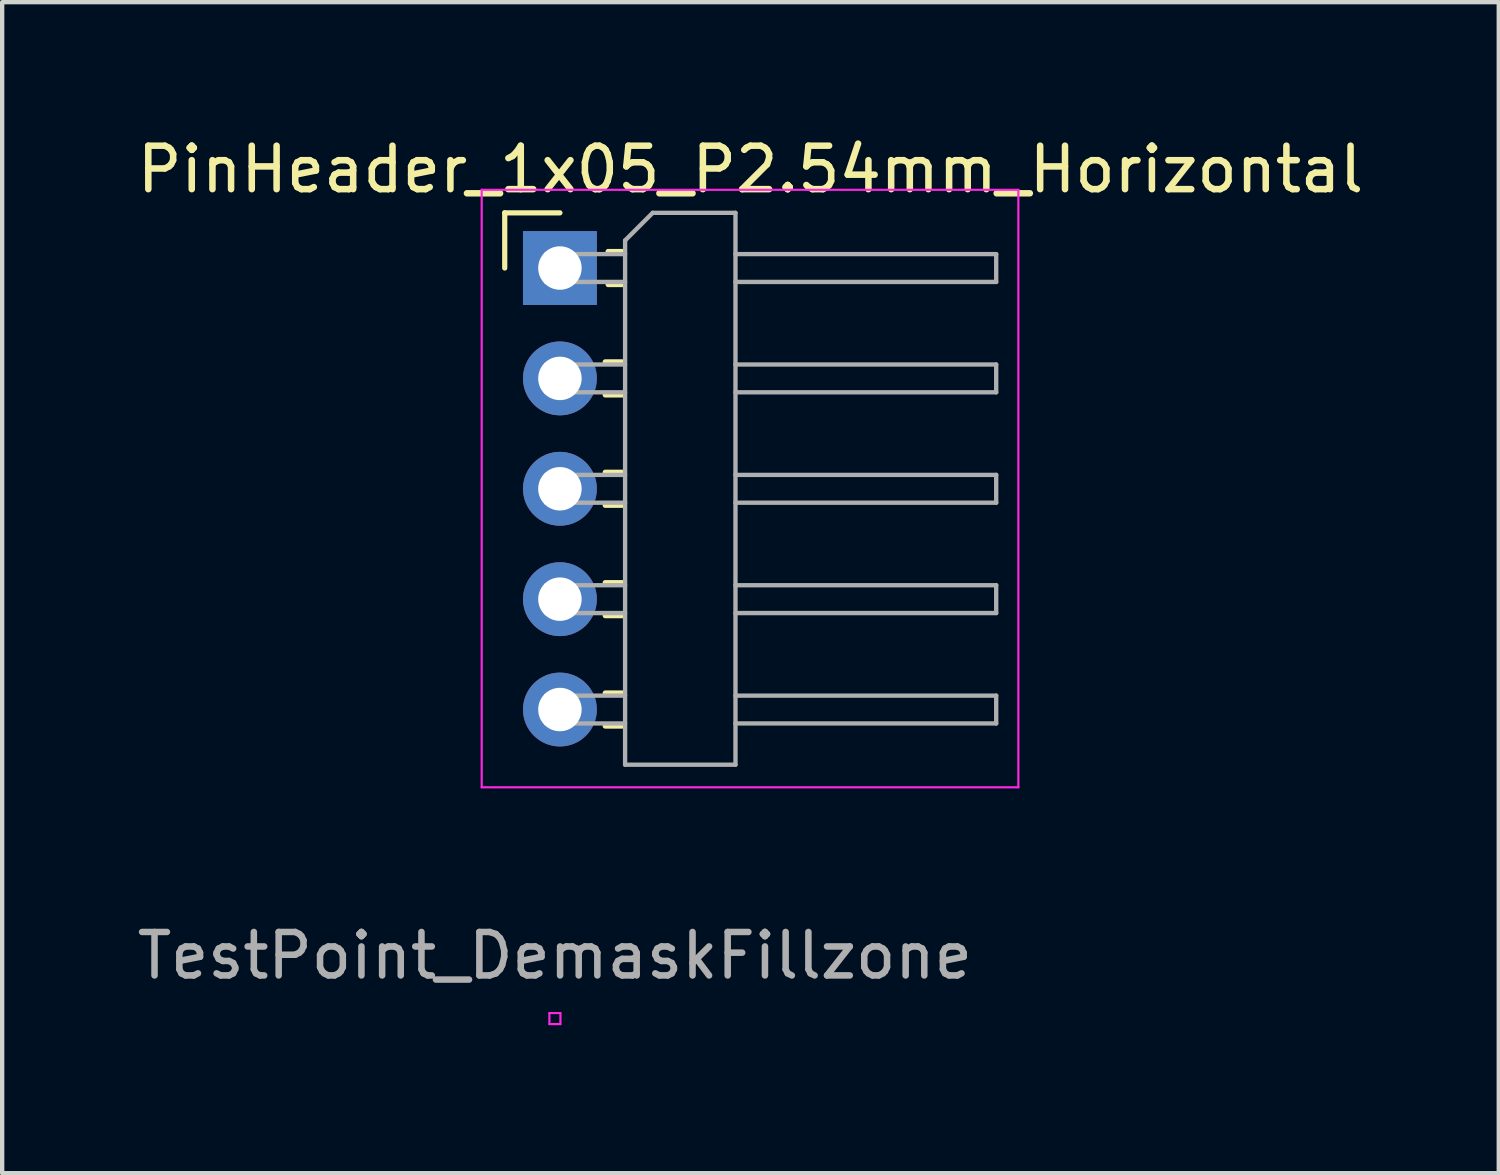
<source format=kicad_pcb>
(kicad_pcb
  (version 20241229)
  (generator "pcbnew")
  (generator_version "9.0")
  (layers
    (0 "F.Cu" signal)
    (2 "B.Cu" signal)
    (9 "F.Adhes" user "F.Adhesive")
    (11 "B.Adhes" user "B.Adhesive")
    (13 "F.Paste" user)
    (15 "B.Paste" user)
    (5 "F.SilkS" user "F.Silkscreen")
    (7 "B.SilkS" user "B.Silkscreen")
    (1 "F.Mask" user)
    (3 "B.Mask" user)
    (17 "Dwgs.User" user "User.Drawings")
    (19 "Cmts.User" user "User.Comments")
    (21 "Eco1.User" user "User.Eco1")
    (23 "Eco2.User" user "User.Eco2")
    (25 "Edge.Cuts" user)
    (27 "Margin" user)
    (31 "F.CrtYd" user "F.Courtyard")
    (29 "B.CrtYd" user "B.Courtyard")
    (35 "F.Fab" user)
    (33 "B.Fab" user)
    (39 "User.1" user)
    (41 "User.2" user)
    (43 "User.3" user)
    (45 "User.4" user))
  (footprint "TestPoint_DemaskFillzone"
    (layer "F.Cu")
    (at 9.72 20.39)
    (property "Reference" "TestPoint_DemaskFillzone" (at 0 -1.448 0) (layer "F.Fab") (effects (font (size 1 1) (thickness 0.15))))
    (attr exclude_from_pos_files exclude_from_bom)
    (fp_poly (pts (xy 0.508 0.508) (xy -0.508 0.508) (xy -0.508 -0.508) (xy 0.508 -0.508)) (stroke (width 0.1) (type solid)) (fill yes) (layer "F.Mask"))
    (fp_line (start -0.127 -0.127) (end -0.127 0.127) (stroke (width 0.05) (type solid)) (layer "F.CrtYd"))
    (fp_line (start -0.127 -0.127) (end 0.127 -0.127) (stroke (width 0.05) (type solid)) (layer "F.CrtYd"))
    (fp_line (start 0.127 0.127) (end -0.127 0.127) (stroke (width 0.05) (type solid)) (layer "F.CrtYd"))
    (fp_line (start 0.127 0.127) (end 0.127 -0.127) (stroke (width 0.05) (type solid)) (layer "F.CrtYd")))
  (footprint "PinHeader_1x05_P2.54mm_Horizontal"
    (layer "F.Cu")
    (at 9.835 3.118)
    (property "Reference" "PinHeader_1x05_P2.54mm_Horizontal" (at 4.385 -2.27 0) (layer "F.SilkS") (effects (font (size 1 1) (thickness 0.15))))
    (attr through_hole)
    (fp_line (start -1.27 -1.27) (end 0 -1.27) (stroke (width 0.12) (type solid)) (layer "F.SilkS"))
    (fp_line (start -1.27 0) (end -1.27 -1.27) (stroke (width 0.12) (type solid)) (layer "F.SilkS"))
    (fp_line (start 1.043 2.16) (end 1.44 2.16) (stroke (width 0.12) (type solid)) (layer "F.SilkS"))
    (fp_line (start 1.043 2.92) (end 1.44 2.92) (stroke (width 0.12) (type solid)) (layer "F.SilkS"))
    (fp_line (start 1.043 4.7) (end 1.44 4.7) (stroke (width 0.12) (type solid)) (layer "F.SilkS"))
    (fp_line (start 1.043 5.46) (end 1.44 5.46) (stroke (width 0.12) (type solid)) (layer "F.SilkS"))
    (fp_line (start 1.043 7.24) (end 1.44 7.24) (stroke (width 0.12) (type solid)) (layer "F.SilkS"))
    (fp_line (start 1.043 8) (end 1.44 8) (stroke (width 0.12) (type solid)) (layer "F.SilkS"))
    (fp_line (start 1.043 9.78) (end 1.44 9.78) (stroke (width 0.12) (type solid)) (layer "F.SilkS"))
    (fp_line (start 1.043 10.54) (end 1.44 10.54) (stroke (width 0.12) (type solid)) (layer "F.SilkS"))
    (fp_line (start 1.11 -0.38) (end 1.44 -0.38) (stroke (width 0.12) (type solid)) (layer "F.SilkS"))
    (fp_line (start 1.11 0.38) (end 1.44 0.38) (stroke (width 0.12) (type solid)) (layer "F.SilkS"))
    (fp_line (start -1.8 -1.8) (end -1.8 11.95) (stroke (width 0.05) (type solid)) (layer "F.CrtYd"))
    (fp_line (start -1.8 11.95) (end 10.55 11.95) (stroke (width 0.05) (type solid)) (layer "F.CrtYd"))
    (fp_line (start 10.55 -1.8) (end -1.8 -1.8) (stroke (width 0.05) (type solid)) (layer "F.CrtYd"))
    (fp_line (start 10.55 11.95) (end 10.55 -1.8) (stroke (width 0.05) (type solid)) (layer "F.CrtYd"))
    (fp_line (start -0.32 -0.32) (end -0.32 0.32) (stroke (width 0.1) (type solid)) (layer "F.Fab"))
    (fp_line (start -0.32 -0.32) (end 1.5 -0.32) (stroke (width 0.1) (type solid)) (layer "F.Fab"))
    (fp_line (start -0.32 0.32) (end 1.5 0.32) (stroke (width 0.1) (type solid)) (layer "F.Fab"))
    (fp_line (start -0.32 2.22) (end -0.32 2.86) (stroke (width 0.1) (type solid)) (layer "F.Fab"))
    (fp_line (start -0.32 2.22) (end 1.5 2.22) (stroke (width 0.1) (type solid)) (layer "F.Fab"))
    (fp_line (start -0.32 2.86) (end 1.5 2.86) (stroke (width 0.1) (type solid)) (layer "F.Fab"))
    (fp_line (start -0.32 4.76) (end -0.32 5.4) (stroke (width 0.1) (type solid)) (layer "F.Fab"))
    (fp_line (start -0.32 4.76) (end 1.5 4.76) (stroke (width 0.1) (type solid)) (layer "F.Fab"))
    (fp_line (start -0.32 5.4) (end 1.5 5.4) (stroke (width 0.1) (type solid)) (layer "F.Fab"))
    (fp_line (start -0.32 7.3) (end -0.32 7.94) (stroke (width 0.1) (type solid)) (layer "F.Fab"))
    (fp_line (start -0.32 7.3) (end 1.5 7.3) (stroke (width 0.1) (type solid)) (layer "F.Fab"))
    (fp_line (start -0.32 7.94) (end 1.5 7.94) (stroke (width 0.1) (type solid)) (layer "F.Fab"))
    (fp_line (start -0.32 9.84) (end -0.32 10.48) (stroke (width 0.1) (type solid)) (layer "F.Fab"))
    (fp_line (start -0.32 9.84) (end 1.5 9.84) (stroke (width 0.1) (type solid)) (layer "F.Fab"))
    (fp_line (start -0.32 10.48) (end 1.5 10.48) (stroke (width 0.1) (type solid)) (layer "F.Fab"))
    (fp_line (start 1.5 -0.635) (end 2.135 -1.27) (stroke (width 0.1) (type solid)) (layer "F.Fab"))
    (fp_line (start 1.5 11.43) (end 1.5 -0.635) (stroke (width 0.1) (type solid)) (layer "F.Fab"))
    (fp_line (start 2.135 -1.27) (end 4.04 -1.27) (stroke (width 0.1) (type solid)) (layer "F.Fab"))
    (fp_line (start 4.04 -1.27) (end 4.04 11.43) (stroke (width 0.1) (type solid)) (layer "F.Fab"))
    (fp_line (start 4.04 -0.32) (end 10.04 -0.32) (stroke (width 0.1) (type solid)) (layer "F.Fab"))
    (fp_line (start 4.04 0.32) (end 10.04 0.32) (stroke (width 0.1) (type solid)) (layer "F.Fab"))
    (fp_line (start 4.04 2.22) (end 10.04 2.22) (stroke (width 0.1) (type solid)) (layer "F.Fab"))
    (fp_line (start 4.04 2.86) (end 10.04 2.86) (stroke (width 0.1) (type solid)) (layer "F.Fab"))
    (fp_line (start 4.04 4.76) (end 10.04 4.76) (stroke (width 0.1) (type solid)) (layer "F.Fab"))
    (fp_line (start 4.04 5.4) (end 10.04 5.4) (stroke (width 0.1) (type solid)) (layer "F.Fab"))
    (fp_line (start 4.04 7.3) (end 10.04 7.3) (stroke (width 0.1) (type solid)) (layer "F.Fab"))
    (fp_line (start 4.04 7.94) (end 10.04 7.94) (stroke (width 0.1) (type solid)) (layer "F.Fab"))
    (fp_line (start 4.04 9.84) (end 10.04 9.84) (stroke (width 0.1) (type solid)) (layer "F.Fab"))
    (fp_line (start 4.04 10.48) (end 10.04 10.48) (stroke (width 0.1) (type solid)) (layer "F.Fab"))
    (fp_line (start 4.04 11.43) (end 1.5 11.43) (stroke (width 0.1) (type solid)) (layer "F.Fab"))
    (fp_line (start 10.04 -0.32) (end 10.04 0.32) (stroke (width 0.1) (type solid)) (layer "F.Fab"))
    (fp_line (start 10.04 2.22) (end 10.04 2.86) (stroke (width 0.1) (type solid)) (layer "F.Fab"))
    (fp_line (start 10.04 4.76) (end 10.04 5.4) (stroke (width 0.1) (type solid)) (layer "F.Fab"))
    (fp_line (start 10.04 7.3) (end 10.04 7.94) (stroke (width 0.1) (type solid)) (layer "F.Fab"))
    (fp_line (start 10.04 9.84) (end 10.04 10.48) (stroke (width 0.1) (type solid)) (layer "F.Fab"))
    (pad "1" thru_hole rect (at 0 0) (size 1.7 1.7) (drill 1) (layers "*.Cu" "*.Mask"))
    (pad "2" thru_hole oval (at 0 2.54) (size 1.7 1.7) (drill 1) (layers "*.Cu" "*.Mask"))
    (pad "3" thru_hole oval (at 0 5.08) (size 1.7 1.7) (drill 1) (layers "*.Cu" "*.Mask"))
    (pad "4" thru_hole oval (at 0 7.62) (size 1.7 1.7) (drill 1) (layers "*.Cu" "*.Mask"))
    (pad "5" thru_hole oval (at 0 10.16) (size 1.7 1.7) (drill 1) (layers "*.Cu" "*.Mask")))
  (gr_rect
    (start -3 -3)
    (end 31.44 23.948)
    (stroke (width 0.1) (type default))
    (fill no)
    (layer "Edge.Cuts")))
</source>
